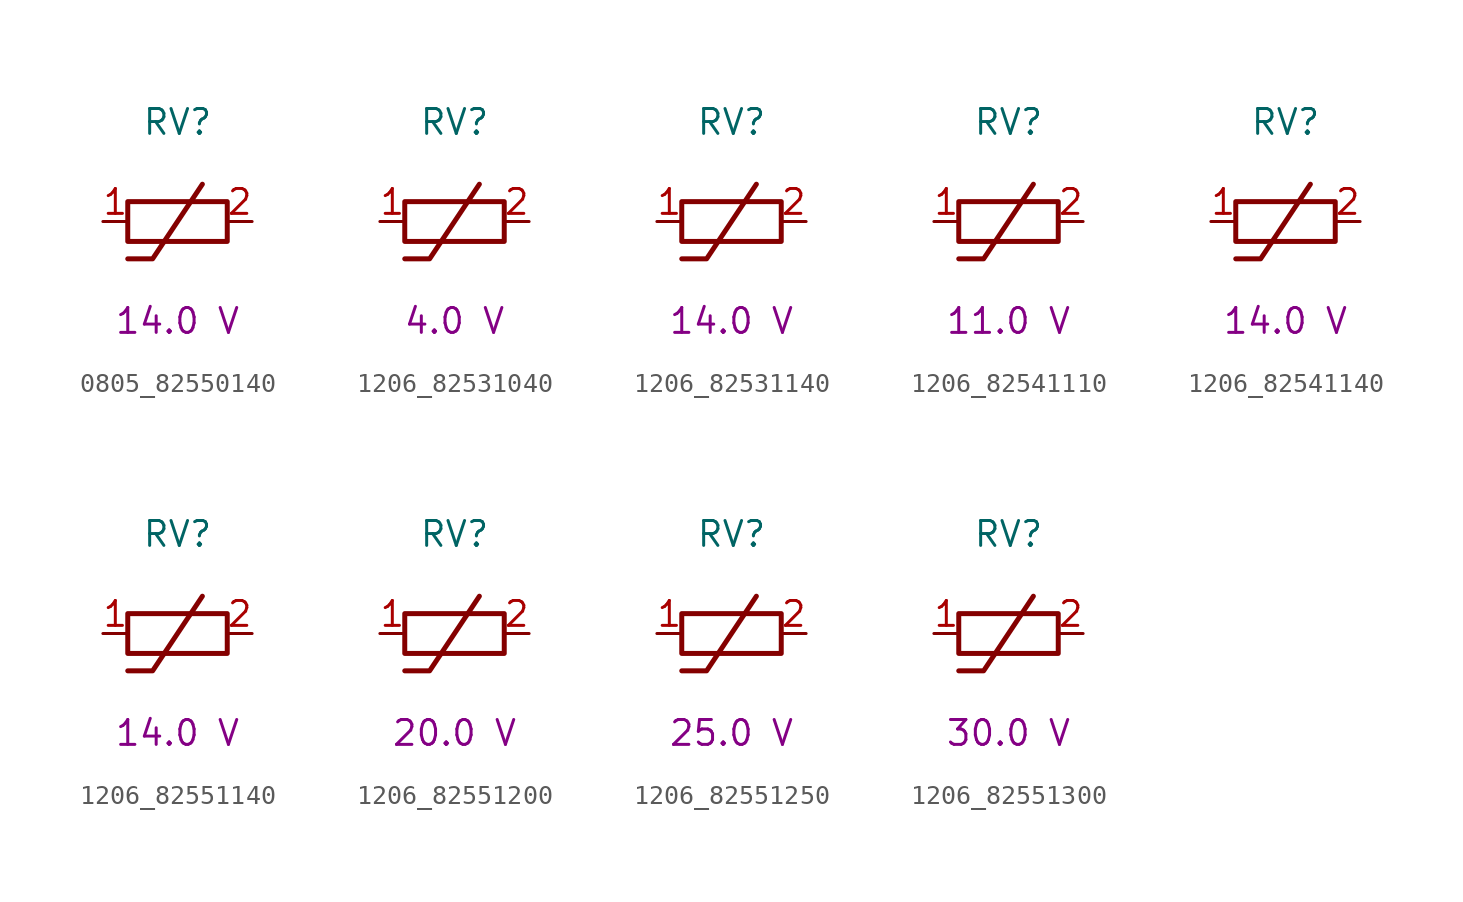
<source format=kicad_sym>
(kicad_symbol_lib
  (version 20220914)
  (generator kicad_symbol_editor)
  (symbol "0805_82550140"
    (pin_names hide)
    (property "Reference" "RV"
      (at 0 5.08 0)
      (effects (font (size 1.27 1.27))))
    (property "Critical Parameter" "14.0 V"
      (at 0 -5.08 0)
      (effects (font (size 1.27 1.27))))
    (symbol "0805_82550140_0_1"
      (rectangle (start -2.54 1.016) (end 2.54 -1.016) (stroke (width 0.254) (type default)) (fill (type none))))
    (symbol "0805_82550140_1_1"
      (polyline (pts (xy -2.54 -1.905) (xy -1.27 -1.905) (xy 1.27 1.905)) (stroke (width 0.254) (type default)) (fill (type none)))
      (pin passive line (at -3.81 0 0) (length 1.27) (name "~" (effects (font (size 1.27 1.27)))) (number "1" (effects (font (size 1.27 1.27)))))
      (pin passive line (at 3.81 0 180) (length 1.27) (name "~" (effects (font (size 1.27 1.27)))) (number "2" (effects (font (size 1.27 1.27)))))))
  (symbol "1206_82531040"
    (pin_names hide)
    (property "Reference" "RV"
      (at 0 5.08 0)
      (effects (font (size 1.27 1.27))))
    (property "Critical Parameter" "4.0 V"
      (at 0 -5.08 0)
      (effects (font (size 1.27 1.27))))
    (symbol "1206_82531040_0_1"
      (rectangle (start -2.54 1.016) (end 2.54 -1.016) (stroke (width 0.254) (type default)) (fill (type none))))
    (symbol "1206_82531040_1_1"
      (polyline (pts (xy -2.54 -1.905) (xy -1.27 -1.905) (xy 1.27 1.905)) (stroke (width 0.254) (type default)) (fill (type none)))
      (pin passive line (at -3.81 0 0) (length 1.27) (name "~" (effects (font (size 1.27 1.27)))) (number "1" (effects (font (size 1.27 1.27)))))
      (pin passive line (at 3.81 0 180) (length 1.27) (name "~" (effects (font (size 1.27 1.27)))) (number "2" (effects (font (size 1.27 1.27)))))))
  (symbol "1206_82531140"
    (pin_names hide)
    (property "Reference" "RV"
      (at 0 5.08 0)
      (effects (font (size 1.27 1.27))))
    (property "Critical Parameter" "14.0 V"
      (at 0 -5.08 0)
      (effects (font (size 1.27 1.27))))
    (symbol "1206_82531140_0_1"
      (rectangle (start -2.54 1.016) (end 2.54 -1.016) (stroke (width 0.254) (type default)) (fill (type none))))
    (symbol "1206_82531140_1_1"
      (polyline (pts (xy -2.54 -1.905) (xy -1.27 -1.905) (xy 1.27 1.905)) (stroke (width 0.254) (type default)) (fill (type none)))
      (pin passive line (at -3.81 0 0) (length 1.27) (name "~" (effects (font (size 1.27 1.27)))) (number "1" (effects (font (size 1.27 1.27)))))
      (pin passive line (at 3.81 0 180) (length 1.27) (name "~" (effects (font (size 1.27 1.27)))) (number "2" (effects (font (size 1.27 1.27)))))))
  (symbol "1206_82541110"
    (pin_names hide)
    (property "Reference" "RV"
      (at 0 5.08 0)
      (effects (font (size 1.27 1.27))))
    (property "Critical Parameter" "11.0 V"
      (at 0 -5.08 0)
      (effects (font (size 1.27 1.27))))
    (symbol "1206_82541110_0_1"
      (rectangle (start -2.54 1.016) (end 2.54 -1.016) (stroke (width 0.254) (type default)) (fill (type none))))
    (symbol "1206_82541110_1_1"
      (polyline (pts (xy -2.54 -1.905) (xy -1.27 -1.905) (xy 1.27 1.905)) (stroke (width 0.254) (type default)) (fill (type none)))
      (pin passive line (at -3.81 0 0) (length 1.27) (name "~" (effects (font (size 1.27 1.27)))) (number "1" (effects (font (size 1.27 1.27)))))
      (pin passive line (at 3.81 0 180) (length 1.27) (name "~" (effects (font (size 1.27 1.27)))) (number "2" (effects (font (size 1.27 1.27)))))))
  (symbol "1206_82541140"
    (pin_names hide)
    (property "Reference" "RV"
      (at 0 5.08 0)
      (effects (font (size 1.27 1.27))))
    (property "Critical Parameter" "14.0 V"
      (at 0 -5.08 0)
      (effects (font (size 1.27 1.27))))
    (symbol "1206_82541140_0_1"
      (rectangle (start -2.54 1.016) (end 2.54 -1.016) (stroke (width 0.254) (type default)) (fill (type none))))
    (symbol "1206_82541140_1_1"
      (polyline (pts (xy -2.54 -1.905) (xy -1.27 -1.905) (xy 1.27 1.905)) (stroke (width 0.254) (type default)) (fill (type none)))
      (pin passive line (at -3.81 0 0) (length 1.27) (name "~" (effects (font (size 1.27 1.27)))) (number "1" (effects (font (size 1.27 1.27)))))
      (pin passive line (at 3.81 0 180) (length 1.27) (name "~" (effects (font (size 1.27 1.27)))) (number "2" (effects (font (size 1.27 1.27)))))))
  (symbol "1206_82551140"
    (pin_names hide)
    (property "Reference" "RV"
      (at 0 5.08 0)
      (effects (font (size 1.27 1.27))))
    (property "Critical Parameter" "14.0 V"
      (at 0 -5.08 0)
      (effects (font (size 1.27 1.27))))
    (symbol "1206_82551140_0_1"
      (rectangle (start -2.54 1.016) (end 2.54 -1.016) (stroke (width 0.254) (type default)) (fill (type none))))
    (symbol "1206_82551140_1_1"
      (polyline (pts (xy -2.54 -1.905) (xy -1.27 -1.905) (xy 1.27 1.905)) (stroke (width 0.254) (type default)) (fill (type none)))
      (pin passive line (at -3.81 0 0) (length 1.27) (name "~" (effects (font (size 1.27 1.27)))) (number "1" (effects (font (size 1.27 1.27)))))
      (pin passive line (at 3.81 0 180) (length 1.27) (name "~" (effects (font (size 1.27 1.27)))) (number "2" (effects (font (size 1.27 1.27)))))))
  (symbol "1206_82551200"
    (pin_names hide)
    (property "Reference" "RV"
      (at 0 5.08 0)
      (effects (font (size 1.27 1.27))))
    (property "Critical Parameter" "20.0 V"
      (at 0 -5.08 0)
      (effects (font (size 1.27 1.27))))
    (symbol "1206_82551200_0_1"
      (rectangle (start -2.54 1.016) (end 2.54 -1.016) (stroke (width 0.254) (type default)) (fill (type none))))
    (symbol "1206_82551200_1_1"
      (polyline (pts (xy -2.54 -1.905) (xy -1.27 -1.905) (xy 1.27 1.905)) (stroke (width 0.254) (type default)) (fill (type none)))
      (pin passive line (at -3.81 0 0) (length 1.27) (name "~" (effects (font (size 1.27 1.27)))) (number "1" (effects (font (size 1.27 1.27)))))
      (pin passive line (at 3.81 0 180) (length 1.27) (name "~" (effects (font (size 1.27 1.27)))) (number "2" (effects (font (size 1.27 1.27)))))))
  (symbol "1206_82551250"
    (pin_names hide)
    (property "Reference" "RV"
      (at 0 5.08 0)
      (effects (font (size 1.27 1.27))))
    (property "Critical Parameter" "25.0 V"
      (at 0 -5.08 0)
      (effects (font (size 1.27 1.27))))
    (symbol "1206_82551250_0_1"
      (rectangle (start -2.54 1.016) (end 2.54 -1.016) (stroke (width 0.254) (type default)) (fill (type none))))
    (symbol "1206_82551250_1_1"
      (polyline (pts (xy -2.54 -1.905) (xy -1.27 -1.905) (xy 1.27 1.905)) (stroke (width 0.254) (type default)) (fill (type none)))
      (pin passive line (at -3.81 0 0) (length 1.27) (name "~" (effects (font (size 1.27 1.27)))) (number "1" (effects (font (size 1.27 1.27)))))
      (pin passive line (at 3.81 0 180) (length 1.27) (name "~" (effects (font (size 1.27 1.27)))) (number "2" (effects (font (size 1.27 1.27)))))))
  (symbol "1206_82551300"
    (pin_names hide)
    (property "Reference" "RV"
      (at 0 5.08 0)
      (effects (font (size 1.27 1.27))))
    (property "Critical Parameter" "30.0 V"
      (at 0 -5.08 0)
      (effects (font (size 1.27 1.27))))
    (symbol "1206_82551300_0_1"
      (rectangle (start -2.54 1.016) (end 2.54 -1.016) (stroke (width 0.254) (type default)) (fill (type none))))
    (symbol "1206_82551300_1_1"
      (polyline (pts (xy -2.54 -1.905) (xy -1.27 -1.905) (xy 1.27 1.905)) (stroke (width 0.254) (type default)) (fill (type none)))
      (pin passive line (at -3.81 0 0) (length 1.27) (name "~" (effects (font (size 1.27 1.27)))) (number "1" (effects (font (size 1.27 1.27)))))
      (pin passive line (at 3.81 0 180) (length 1.27) (name "~" (effects (font (size 1.27 1.27)))) (number "2" (effects (font (size 1.27 1.27))))))))
</source>
